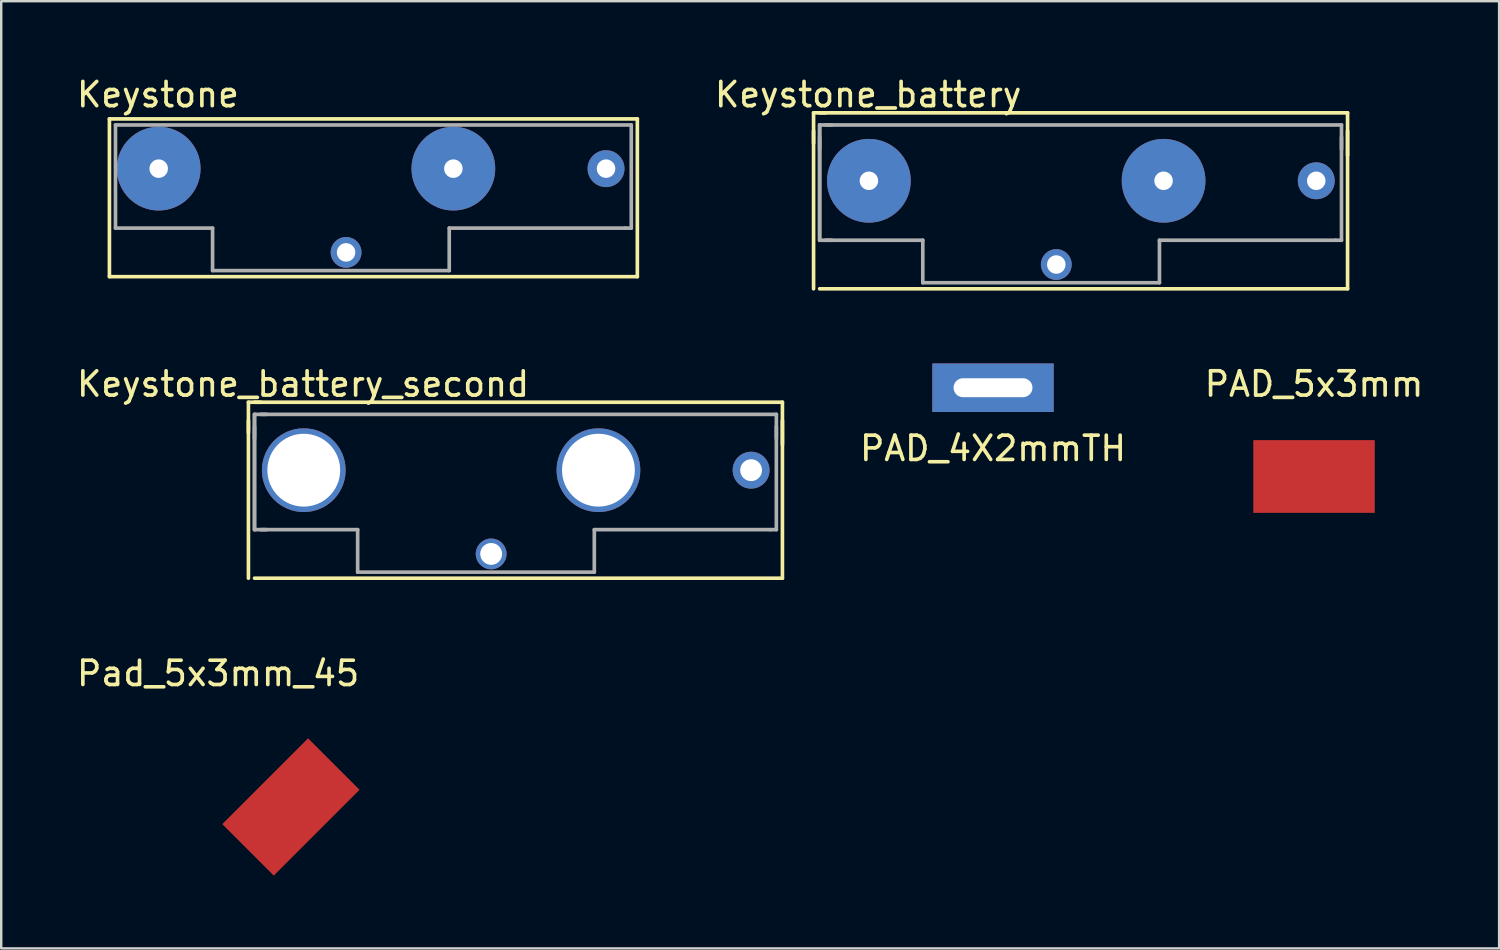
<source format=kicad_pcb>
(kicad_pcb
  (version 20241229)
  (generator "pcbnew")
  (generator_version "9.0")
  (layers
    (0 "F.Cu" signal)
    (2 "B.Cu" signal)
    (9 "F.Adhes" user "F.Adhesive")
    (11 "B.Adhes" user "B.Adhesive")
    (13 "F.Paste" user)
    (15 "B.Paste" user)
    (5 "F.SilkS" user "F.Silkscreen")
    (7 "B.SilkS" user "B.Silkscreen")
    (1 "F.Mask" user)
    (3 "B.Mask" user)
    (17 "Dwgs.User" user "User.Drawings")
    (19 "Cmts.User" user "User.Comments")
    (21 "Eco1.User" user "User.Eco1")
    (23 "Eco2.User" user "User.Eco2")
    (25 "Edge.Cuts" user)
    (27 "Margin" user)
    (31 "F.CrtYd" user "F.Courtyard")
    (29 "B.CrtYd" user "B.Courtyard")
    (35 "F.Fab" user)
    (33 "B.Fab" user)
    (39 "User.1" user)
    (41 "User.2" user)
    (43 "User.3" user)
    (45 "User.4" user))
  (footprint "Keystone"
    (layer "F.Cu")
    (at 11.208 7.348)
    (property "Reference" "Keystone" (at -7.75 -6.5 0) (layer "F.SilkS") (effects (font (size 1 1) (thickness 0.15))))
    (attr through_hole)
    (fp_line (start -9.75 -5.5) (end -9.75 1) (stroke (width 0.15) (type solid)) (layer "F.SilkS"))
    (fp_line (start -9.75 1) (end 12 1) (stroke (width 0.15) (type solid)) (layer "F.SilkS"))
    (fp_line (start 12 -5.5) (end -9.75 -5.5) (stroke (width 0.15) (type solid)) (layer "F.SilkS"))
    (fp_line (start 12 1) (end 12 -5.5) (stroke (width 0.15) (type solid)) (layer "F.SilkS"))
    (fp_line (start -9.5 -5.25) (end -9.5 -1) (stroke (width 0.15) (type solid)) (layer "F.Fab"))
    (fp_line (start -9.5 -5.25) (end 11.75 -5.25) (stroke (width 0.15) (type solid)) (layer "F.Fab"))
    (fp_line (start -9.5 -1) (end -5.5 -1) (stroke (width 0.15) (type solid)) (layer "F.Fab"))
    (fp_line (start -5.5 -1) (end -5.5 0.75) (stroke (width 0.15) (type solid)) (layer "F.Fab"))
    (fp_line (start -5.5 0.75) (end 4.25 0.75) (stroke (width 0.15) (type solid)) (layer "F.Fab"))
    (fp_line (start 4.25 -1) (end 11.5 -1) (stroke (width 0.15) (type solid)) (layer "F.Fab"))
    (fp_line (start 4.25 0.75) (end 4.25 -1) (stroke (width 0.15) (type solid)) (layer "F.Fab"))
    (fp_line (start 11.5 -1) (end 11.75 -1) (stroke (width 0.15) (type solid)) (layer "F.Fab"))
    (fp_line (start 11.75 -5.25) (end 11.75 -1) (stroke (width 0.15) (type solid)) (layer "F.Fab"))
    (pad "1" thru_hole circle (at 0 0) (size 1.27 1.27) (drill 0.762) (layers "*.Cu" "*.Mask"))
    (pad "2" thru_hole circle (at -7.72 -3.45) (size 3.45 3.45) (drill 0.762) (layers "*.Cu" "*.Mask"))
    (pad "3" thru_hole circle (at 4.42 -3.45) (size 3.45 3.45) (drill 0.762) (layers "*.Cu" "*.Mask"))
    (pad "4" thru_hole circle (at 10.71 -3.45) (size 1.52 1.52) (drill 0.762) (layers "*.Cu" "*.Mask")))
  (footprint "Keystone_battery"
    (layer "F.Cu")
    (at 40.468 7.848)
    (property "Reference" "Keystone_battery" (at -7.75 -7 0) (layer "F.SilkS") (effects (font (size 1 1) (thickness 0.15))))
    (attr through_hole)
    (fp_line (start -10 -6.25) (end -10 -5) (stroke (width 0.15) (type solid)) (layer "F.SilkS"))
    (fp_line (start -10 -5.5) (end -10 1) (stroke (width 0.15) (type solid)) (layer "F.SilkS"))
    (fp_line (start -9.75 1) (end 12 1) (stroke (width 0.15) (type solid)) (layer "F.SilkS"))
    (fp_line (start -9.5 -6.25) (end -10 -6.25) (stroke (width 0.15) (type solid)) (layer "F.SilkS"))
    (fp_line (start 12 -6.25) (end -9.75 -6.25) (stroke (width 0.15) (type solid)) (layer "F.SilkS"))
    (fp_line (start 12 -6.25) (end 12 -4.5) (stroke (width 0.15) (type solid)) (layer "F.SilkS"))
    (fp_line (start 12 1) (end 12 -5.5) (stroke (width 0.15) (type solid)) (layer "F.SilkS"))
    (fp_line (start -9.75 -5.75) (end -9.75 -4.75) (stroke (width 0.15) (type solid)) (layer "F.Fab"))
    (fp_line (start -9.75 -5.75) (end -9.75 -1) (stroke (width 0.15) (type solid)) (layer "F.Fab"))
    (fp_line (start -9.75 -5.25) (end -9.75 -1) (stroke (width 0.15) (type solid)) (layer "F.Fab"))
    (fp_line (start -9.75 -1) (end -9.25 -1) (stroke (width 0.15) (type solid)) (layer "F.Fab"))
    (fp_line (start -9.5 -5.75) (end 11.75 -5.75) (stroke (width 0.15) (type solid)) (layer "F.Fab"))
    (fp_line (start -9.5 -1) (end -5.5 -1) (stroke (width 0.15) (type solid)) (layer "F.Fab"))
    (fp_line (start -9.25 -5.75) (end -9.75 -5.75) (stroke (width 0.15) (type solid)) (layer "F.Fab"))
    (fp_line (start -5.5 -1) (end -5.5 0.75) (stroke (width 0.15) (type solid)) (layer "F.Fab"))
    (fp_line (start -5.5 0.75) (end 4.25 0.75) (stroke (width 0.15) (type solid)) (layer "F.Fab"))
    (fp_line (start 4.25 -1) (end 11.5 -1) (stroke (width 0.15) (type solid)) (layer "F.Fab"))
    (fp_line (start 4.25 0.75) (end 4.25 -1) (stroke (width 0.15) (type solid)) (layer "F.Fab"))
    (fp_line (start 11.5 -1) (end 11.75 -1) (stroke (width 0.15) (type solid)) (layer "F.Fab"))
    (fp_line (start 11.75 -5.75) (end 11.75 -4.75) (stroke (width 0.15) (type solid)) (layer "F.Fab"))
    (fp_line (start 11.75 -5.25) (end 11.75 -1) (stroke (width 0.15) (type solid)) (layer "F.Fab"))
    (pad "1" thru_hole circle (at 0 0) (size 1.27 1.27) (drill 0.762) (layers "*.Cu" "*.Mask"))
    (pad "2" thru_hole circle (at 10.71 -3.45) (size 1.52 1.52) (drill 0.762) (layers "*.Cu" "*.Mask"))
    (pad "3" thru_hole circle (at 4.42 -3.45) (size 3.45 3.45) (drill 0.762) (layers "*.Cu" "*.Mask"))
    (pad "4" thru_hole circle (at -7.72 -3.45) (size 3.45 3.45) (drill 0.762) (layers "*.Cu" "*.Mask")))
  (footprint "Keystone_battery_second"
    (layer "F.Cu")
    (at 17.185 19.771)
    (property "Reference" "Keystone_battery_second" (at -7.75 -7 0) (layer "F.SilkS") (effects (font (size 1 1) (thickness 0.15))))
    (attr through_hole)
    (fp_line (start -10 -6.25) (end -10 -5) (stroke (width 0.15) (type solid)) (layer "F.SilkS"))
    (fp_line (start -10 -5.5) (end -10 1) (stroke (width 0.15) (type solid)) (layer "F.SilkS"))
    (fp_line (start -9.75 1) (end 12 1) (stroke (width 0.15) (type solid)) (layer "F.SilkS"))
    (fp_line (start -9.5 -6.25) (end -10 -6.25) (stroke (width 0.15) (type solid)) (layer "F.SilkS"))
    (fp_line (start 12 -6.25) (end -9.75 -6.25) (stroke (width 0.15) (type solid)) (layer "F.SilkS"))
    (fp_line (start 12 -6.25) (end 12 -4.5) (stroke (width 0.15) (type solid)) (layer "F.SilkS"))
    (fp_line (start 12 1) (end 12 -5.5) (stroke (width 0.15) (type solid)) (layer "F.SilkS"))
    (fp_line (start -9.75 -5.75) (end -9.75 -4.75) (stroke (width 0.15) (type solid)) (layer "F.Fab"))
    (fp_line (start -9.75 -5.75) (end -9.75 -1) (stroke (width 0.15) (type solid)) (layer "F.Fab"))
    (fp_line (start -9.75 -5.25) (end -9.75 -1) (stroke (width 0.15) (type solid)) (layer "F.Fab"))
    (fp_line (start -9.75 -1) (end -9.25 -1) (stroke (width 0.15) (type solid)) (layer "F.Fab"))
    (fp_line (start -9.5 -5.75) (end 11.75 -5.75) (stroke (width 0.15) (type solid)) (layer "F.Fab"))
    (fp_line (start -9.5 -1) (end -5.5 -1) (stroke (width 0.15) (type solid)) (layer "F.Fab"))
    (fp_line (start -9.25 -5.75) (end -9.75 -5.75) (stroke (width 0.15) (type solid)) (layer "F.Fab"))
    (fp_line (start -5.5 -1) (end -5.5 0.75) (stroke (width 0.15) (type solid)) (layer "F.Fab"))
    (fp_line (start -5.5 0.75) (end 4.25 0.75) (stroke (width 0.15) (type solid)) (layer "F.Fab"))
    (fp_line (start 4.25 -1) (end 11.5 -1) (stroke (width 0.15) (type solid)) (layer "F.Fab"))
    (fp_line (start 4.25 0.75) (end 4.25 -1) (stroke (width 0.15) (type solid)) (layer "F.Fab"))
    (fp_line (start 11.5 -1) (end 11.75 -1) (stroke (width 0.15) (type solid)) (layer "F.Fab"))
    (fp_line (start 11.75 -5.75) (end 11.75 -4.75) (stroke (width 0.15) (type solid)) (layer "F.Fab"))
    (fp_line (start 11.75 -5.25) (end 11.75 -1) (stroke (width 0.15) (type solid)) (layer "F.Fab"))
    (pad "1" thru_hole circle (at 10.71 -3.45) (size 1.52 1.52) (drill 0.9) (layers "*.Cu" "*.Mask"))
    (pad "2" thru_hole circle (at 0 0) (size 1.27 1.27) (drill 0.9) (layers "*.Cu" "*.Mask"))
    (pad "3" thru_hole circle (at 4.42 -3.45) (size 3.45 3.45) (drill 3) (layers "*.Cu" "*.Mask"))
    (pad "4" thru_hole circle (at -7.72 -3.45) (size 3.45 3.45) (drill 3) (layers "*.Cu" "*.Mask")))
  (footprint "Pad_5x3mm_45"
    (layer "F.Cu")
    (at 8.935 30.195)
    (property "Reference" "Pad_5x3mm_45" (at -3 -5.5 0) (layer "F.SilkS") (effects (font (size 1 1) (thickness 0.15))))
    (attr through_hole)
    (pad "1" smd rect (at 0 0 45) (size 5 3) (layers "F.Cu" "F.Mask" "F.Paste")))
  (footprint "PAD_4X2mmTH"
    (layer "F.Cu")
    (at 37.861 12.923)
    (property "Reference" "PAD_4X2mmTH" (at 0 2.5 0) (layer "F.SilkS") (effects (font (size 1 1) (thickness 0.15))))
    (attr through_hole)
    (pad "1" thru_hole rect (at 0 0) (size 5 2) (drill oval 3.25 0.78) (layers "*.Cu" "*.Mask")))
  (footprint "PAD_5x3mm"
    (layer "F.Cu")
    (at 51.087 16.581)
    (property "Reference" "PAD_5x3mm" (at 0 -3.81 0) (layer "F.SilkS") (effects (font (size 1 1) (thickness 0.15))))
    (attr through_hole)
    (pad "1" smd rect (at 0 0) (size 5.004 2.997) (layers "F.Cu" "F.Mask" "F.Paste")))
  (gr_rect
    (start -3 -3)
    (end 58.712 36.023)
    (stroke (width 0.1) (type default))
    (fill no)
    (layer "Edge.Cuts")))
</source>
